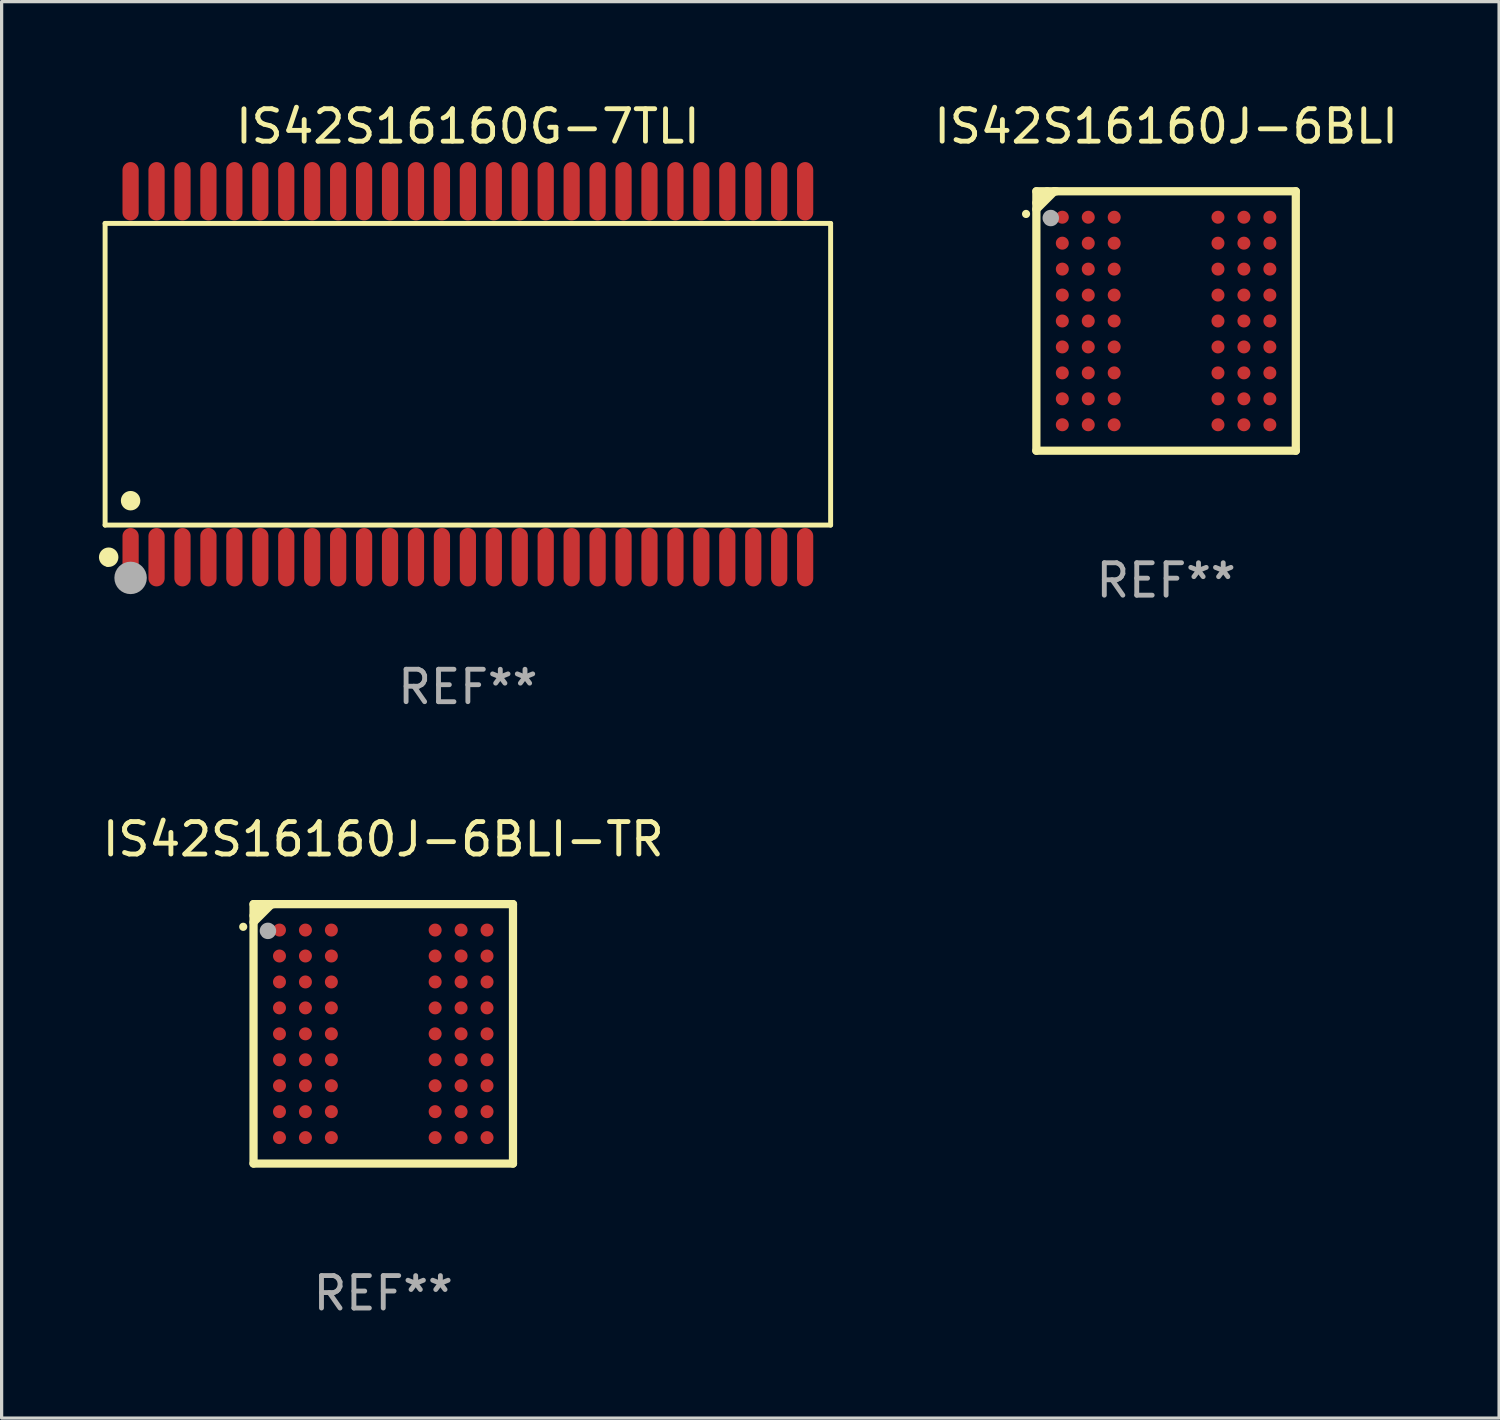
<source format=kicad_pcb>
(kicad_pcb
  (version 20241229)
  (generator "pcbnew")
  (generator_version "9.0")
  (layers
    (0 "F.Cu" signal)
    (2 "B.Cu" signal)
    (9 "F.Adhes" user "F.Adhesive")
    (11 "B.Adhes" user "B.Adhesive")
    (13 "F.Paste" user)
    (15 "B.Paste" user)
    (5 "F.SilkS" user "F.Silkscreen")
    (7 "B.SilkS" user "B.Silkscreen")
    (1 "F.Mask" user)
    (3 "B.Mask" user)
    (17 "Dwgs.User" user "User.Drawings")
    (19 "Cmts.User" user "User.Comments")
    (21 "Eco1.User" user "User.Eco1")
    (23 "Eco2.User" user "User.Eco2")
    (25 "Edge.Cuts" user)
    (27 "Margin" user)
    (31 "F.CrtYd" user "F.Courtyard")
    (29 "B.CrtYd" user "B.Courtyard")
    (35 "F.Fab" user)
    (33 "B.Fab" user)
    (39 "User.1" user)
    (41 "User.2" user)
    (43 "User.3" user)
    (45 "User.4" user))
  (footprint "IS42S16160G-7TLI"
    (layer "F.Cu")
    (at 11.377 8.49)
    (property "Reference" "IS42S16160G-7TLI" (at 0 -7.642 0) (layer "F.SilkS") (effects (font (size 1 1) (thickness 0.15))))
    (attr through_hole)
    (fp_line (start -11.186 -4.651) (end 11.186 -4.651) (stroke (width 0.152) (type solid)) (layer "F.SilkS"))
    (fp_line (start -11.186 4.651) (end -11.186 -4.651) (stroke (width 0.152) (type solid)) (layer "F.SilkS"))
    (fp_line (start 11.186 -4.651) (end 11.186 4.651) (stroke (width 0.152) (type solid)) (layer "F.SilkS"))
    (fp_line (start 11.186 4.651) (end -11.186 4.651) (stroke (width 0.152) (type solid)) (layer "F.SilkS"))
    (fp_circle (center -11.11 5.88) (end -11.08 5.88) (stroke (width 0.06) (type solid)) (fill no) (layer "F.SilkS"))
    (fp_circle (center -11.076 5.642) (end -10.926 5.642) (stroke (width 0.3) (type solid)) (fill no) (layer "F.SilkS"))
    (fp_circle (center -10.4 3.899) (end -10.25 3.899) (stroke (width 0.3) (type solid)) (fill no) (layer "F.SilkS"))
    (fp_circle (center -10.4 6.28) (end -10.15 6.28) (stroke (width 0.5) (type solid)) (fill no) (layer "F.Fab"))
    (fp_text user "REF**" (at 0 9.642 0) (layer "F.Fab") (effects (font (size 1 1) (thickness 0.15))))
    (pad "1" smd oval (at -10.4 5.642) (size 0.5 1.8) (layers "F.Cu" "F.Mask" "F.Paste"))
    (pad "2" smd oval (at -9.6 5.642) (size 0.5 1.8) (layers "F.Cu" "F.Mask" "F.Paste"))
    (pad "3" smd oval (at -8.8 5.642) (size 0.5 1.8) (layers "F.Cu" "F.Mask" "F.Paste"))
    (pad "4" smd oval (at -8 5.642) (size 0.5 1.8) (layers "F.Cu" "F.Mask" "F.Paste"))
    (pad "5" smd oval (at -7.2 5.642) (size 0.5 1.8) (layers "F.Cu" "F.Mask" "F.Paste"))
    (pad "6" smd oval (at -6.4 5.642) (size 0.5 1.8) (layers "F.Cu" "F.Mask" "F.Paste"))
    (pad "7" smd oval (at -5.6 5.642) (size 0.5 1.8) (layers "F.Cu" "F.Mask" "F.Paste"))
    (pad "8" smd oval (at -4.8 5.642) (size 0.5 1.8) (layers "F.Cu" "F.Mask" "F.Paste"))
    (pad "9" smd oval (at -4 5.642) (size 0.5 1.8) (layers "F.Cu" "F.Mask" "F.Paste"))
    (pad "10" smd oval (at -3.2 5.642) (size 0.5 1.8) (layers "F.Cu" "F.Mask" "F.Paste"))
    (pad "11" smd oval (at -2.4 5.642) (size 0.5 1.8) (layers "F.Cu" "F.Mask" "F.Paste"))
    (pad "12" smd oval (at -1.6 5.642) (size 0.5 1.8) (layers "F.Cu" "F.Mask" "F.Paste"))
    (pad "13" smd oval (at -0.8 5.642) (size 0.5 1.8) (layers "F.Cu" "F.Mask" "F.Paste"))
    (pad "14" smd oval (at 0 5.642) (size 0.5 1.8) (layers "F.Cu" "F.Mask" "F.Paste"))
    (pad "15" smd oval (at 0.8 5.642) (size 0.5 1.8) (layers "F.Cu" "F.Mask" "F.Paste"))
    (pad "16" smd oval (at 1.6 5.642) (size 0.5 1.8) (layers "F.Cu" "F.Mask" "F.Paste"))
    (pad "17" smd oval (at 2.4 5.642) (size 0.5 1.8) (layers "F.Cu" "F.Mask" "F.Paste"))
    (pad "18" smd oval (at 3.2 5.642) (size 0.5 1.8) (layers "F.Cu" "F.Mask" "F.Paste"))
    (pad "19" smd oval (at 4 5.642) (size 0.5 1.8) (layers "F.Cu" "F.Mask" "F.Paste"))
    (pad "20" smd oval (at 4.8 5.642) (size 0.5 1.8) (layers "F.Cu" "F.Mask" "F.Paste"))
    (pad "21" smd oval (at 5.6 5.642) (size 0.5 1.8) (layers "F.Cu" "F.Mask" "F.Paste"))
    (pad "22" smd oval (at 6.4 5.642) (size 0.5 1.8) (layers "F.Cu" "F.Mask" "F.Paste"))
    (pad "23" smd oval (at 7.2 5.642) (size 0.5 1.8) (layers "F.Cu" "F.Mask" "F.Paste"))
    (pad "24" smd oval (at 8 5.642) (size 0.5 1.8) (layers "F.Cu" "F.Mask" "F.Paste"))
    (pad "25" smd oval (at 8.8 5.642) (size 0.5 1.8) (layers "F.Cu" "F.Mask" "F.Paste"))
    (pad "26" smd oval (at 9.6 5.642) (size 0.5 1.8) (layers "F.Cu" "F.Mask" "F.Paste"))
    (pad "27" smd oval (at 10.4 5.642) (size 0.5 1.8) (layers "F.Cu" "F.Mask" "F.Paste"))
    (pad "28" smd oval (at 10.4 -5.642) (size 0.5 1.8) (layers "F.Cu" "F.Mask" "F.Paste"))
    (pad "29" smd oval (at 9.6 -5.642) (size 0.5 1.8) (layers "F.Cu" "F.Mask" "F.Paste"))
    (pad "30" smd oval (at 8.8 -5.642) (size 0.5 1.8) (layers "F.Cu" "F.Mask" "F.Paste"))
    (pad "31" smd oval (at 8 -5.642) (size 0.5 1.8) (layers "F.Cu" "F.Mask" "F.Paste"))
    (pad "32" smd oval (at 7.2 -5.642) (size 0.5 1.8) (layers "F.Cu" "F.Mask" "F.Paste"))
    (pad "33" smd oval (at 6.4 -5.642) (size 0.5 1.8) (layers "F.Cu" "F.Mask" "F.Paste"))
    (pad "34" smd oval (at 5.6 -5.642) (size 0.5 1.8) (layers "F.Cu" "F.Mask" "F.Paste"))
    (pad "35" smd oval (at 4.8 -5.642) (size 0.5 1.8) (layers "F.Cu" "F.Mask" "F.Paste"))
    (pad "36" smd oval (at 4 -5.642) (size 0.5 1.8) (layers "F.Cu" "F.Mask" "F.Paste"))
    (pad "37" smd oval (at 3.2 -5.642) (size 0.5 1.8) (layers "F.Cu" "F.Mask" "F.Paste"))
    (pad "38" smd oval (at 2.4 -5.642) (size 0.5 1.8) (layers "F.Cu" "F.Mask" "F.Paste"))
    (pad "39" smd oval (at 1.6 -5.642) (size 0.5 1.8) (layers "F.Cu" "F.Mask" "F.Paste"))
    (pad "40" smd oval (at 0.8 -5.642) (size 0.5 1.8) (layers "F.Cu" "F.Mask" "F.Paste"))
    (pad "41" smd oval (at 0 -5.642) (size 0.5 1.8) (layers "F.Cu" "F.Mask" "F.Paste"))
    (pad "42" smd oval (at -0.8 -5.642) (size 0.5 1.8) (layers "F.Cu" "F.Mask" "F.Paste"))
    (pad "43" smd oval (at -1.6 -5.642) (size 0.5 1.8) (layers "F.Cu" "F.Mask" "F.Paste"))
    (pad "44" smd oval (at -2.4 -5.642) (size 0.5 1.8) (layers "F.Cu" "F.Mask" "F.Paste"))
    (pad "45" smd oval (at -3.2 -5.642) (size 0.5 1.8) (layers "F.Cu" "F.Mask" "F.Paste"))
    (pad "46" smd oval (at -4 -5.642) (size 0.5 1.8) (layers "F.Cu" "F.Mask" "F.Paste"))
    (pad "47" smd oval (at -4.8 -5.642) (size 0.5 1.8) (layers "F.Cu" "F.Mask" "F.Paste"))
    (pad "48" smd oval (at -5.6 -5.642) (size 0.5 1.8) (layers "F.Cu" "F.Mask" "F.Paste"))
    (pad "49" smd oval (at -6.4 -5.642) (size 0.5 1.8) (layers "F.Cu" "F.Mask" "F.Paste"))
    (pad "50" smd oval (at -7.2 -5.642) (size 0.5 1.8) (layers "F.Cu" "F.Mask" "F.Paste"))
    (pad "51" smd oval (at -8 -5.642) (size 0.5 1.8) (layers "F.Cu" "F.Mask" "F.Paste"))
    (pad "52" smd oval (at -8.8 -5.642) (size 0.5 1.8) (layers "F.Cu" "F.Mask" "F.Paste"))
    (pad "53" smd oval (at -9.6 -5.642) (size 0.5 1.8) (layers "F.Cu" "F.Mask" "F.Paste"))
    (pad "54" smd oval (at -10.4 -5.642) (size 0.5 1.8) (layers "F.Cu" "F.Mask" "F.Paste")))
  (footprint "IS42S16160J-6BLI"
    (layer "F.Cu")
    (at 32.907 6.848)
    (property "Reference" "IS42S16160J-6BLI" (at 0 -6 0) (layer "F.SilkS") (effects (font (size 1 1) (thickness 0.15))))
    (attr through_hole)
    (fp_line (start -4 -4) (end 4 -4) (stroke (width 0.254) (type solid)) (layer "F.SilkS"))
    (fp_line (start -4 4) (end -4 -4) (stroke (width 0.254) (type solid)) (layer "F.SilkS"))
    (fp_line (start -3.67 -4) (end -3.67 -3.975) (stroke (width 0.254) (type solid)) (layer "F.SilkS"))
    (fp_line (start -3.67 -3.975) (end -4 -3.645) (stroke (width 0.254) (type solid)) (layer "F.SilkS"))
    (fp_line (start -3.444 -4) (end -4 -3.444) (stroke (width 0.254) (type solid)) (layer "F.SilkS"))
    (fp_line (start -3.383 -4) (end -3.444 -4) (stroke (width 0.254) (type solid)) (layer "F.SilkS"))
    (fp_line (start 4 -4) (end 4 4) (stroke (width 0.254) (type solid)) (layer "F.SilkS"))
    (fp_line (start 4 4) (end -4 4) (stroke (width 0.254) (type solid)) (layer "F.SilkS"))
    (fp_arc (start -4.318009 -3.299467) (mid -4.318015 -3.300737) (end -4.318009 -3.302007) (stroke (width 0.25) (type solid)) (layer "F.SilkS"))
    (fp_circle (center -4 -4) (end -3.97 -4) (stroke (width 0.06) (type solid)) (fill no) (layer "F.SilkS"))
    (fp_circle (center -3.556 -3.175) (end -3.429 -3.175) (stroke (width 0.254) (type solid)) (fill no) (layer "F.Fab"))
    (fp_text user "REF**" (at 0 8 0) (layer "F.Fab") (effects (font (size 1 1) (thickness 0.15))))
    (pad "A1" smd circle (at -3.2 -3.2) (size 0.4 0.4) (layers "F.Cu" "F.Mask" "F.Paste"))
    (pad "A2" smd circle (at -2.4 -3.2) (size 0.4 0.4) (layers "F.Cu" "F.Mask" "F.Paste"))
    (pad "A3" smd circle (at -1.6 -3.2) (size 0.4 0.4) (layers "F.Cu" "F.Mask" "F.Paste"))
    (pad "A7" smd circle (at 1.6 -3.2) (size 0.4 0.4) (layers "F.Cu" "F.Mask" "F.Paste"))
    (pad "A8" smd circle (at 2.4 -3.2) (size 0.4 0.4) (layers "F.Cu" "F.Mask" "F.Paste"))
    (pad "A9" smd circle (at 3.2 -3.2) (size 0.4 0.4) (layers "F.Cu" "F.Mask" "F.Paste"))
    (pad "B1" smd circle (at -3.2 -2.4) (size 0.4 0.4) (layers "F.Cu" "F.Mask" "F.Paste"))
    (pad "B2" smd circle (at -2.4 -2.4) (size 0.4 0.4) (layers "F.Cu" "F.Mask" "F.Paste"))
    (pad "B3" smd circle (at -1.6 -2.4) (size 0.4 0.4) (layers "F.Cu" "F.Mask" "F.Paste"))
    (pad "B7" smd circle (at 1.6 -2.4) (size 0.4 0.4) (layers "F.Cu" "F.Mask" "F.Paste"))
    (pad "B8" smd circle (at 2.4 -2.4) (size 0.4 0.4) (layers "F.Cu" "F.Mask" "F.Paste"))
    (pad "B9" smd circle (at 3.2 -2.4) (size 0.4 0.4) (layers "F.Cu" "F.Mask" "F.Paste"))
    (pad "C1" smd circle (at -3.2 -1.6) (size 0.4 0.4) (layers "F.Cu" "F.Mask" "F.Paste"))
    (pad "C2" smd circle (at -2.4 -1.6) (size 0.4 0.4) (layers "F.Cu" "F.Mask" "F.Paste"))
    (pad "C3" smd circle (at -1.6 -1.6) (size 0.4 0.4) (layers "F.Cu" "F.Mask" "F.Paste"))
    (pad "C7" smd circle (at 1.6 -1.6) (size 0.4 0.4) (layers "F.Cu" "F.Mask" "F.Paste"))
    (pad "C8" smd circle (at 2.4 -1.6) (size 0.4 0.4) (layers "F.Cu" "F.Mask" "F.Paste"))
    (pad "C9" smd circle (at 3.2 -1.6) (size 0.4 0.4) (layers "F.Cu" "F.Mask" "F.Paste"))
    (pad "D1" smd circle (at -3.2 -0.8) (size 0.4 0.4) (layers "F.Cu" "F.Mask" "F.Paste"))
    (pad "D2" smd circle (at -2.4 -0.8) (size 0.4 0.4) (layers "F.Cu" "F.Mask" "F.Paste"))
    (pad "D3" smd circle (at -1.6 -0.8) (size 0.4 0.4) (layers "F.Cu" "F.Mask" "F.Paste"))
    (pad "D7" smd circle (at 1.6 -0.8) (size 0.4 0.4) (layers "F.Cu" "F.Mask" "F.Paste"))
    (pad "D8" smd circle (at 2.4 -0.8) (size 0.4 0.4) (layers "F.Cu" "F.Mask" "F.Paste"))
    (pad "D9" smd circle (at 3.2 -0.8) (size 0.4 0.4) (layers "F.Cu" "F.Mask" "F.Paste"))
    (pad "E1" smd circle (at -3.2 -0.000127) (size 0.4 0.4) (layers "F.Cu" "F.Mask" "F.Paste"))
    (pad "E2" smd circle (at -2.4 -0.000127) (size 0.4 0.4) (layers "F.Cu" "F.Mask" "F.Paste"))
    (pad "E3" smd circle (at -1.6 -0.000127) (size 0.4 0.4) (layers "F.Cu" "F.Mask" "F.Paste"))
    (pad "E7" smd circle (at 1.6 -0.000127) (size 0.4 0.4) (layers "F.Cu" "F.Mask" "F.Paste"))
    (pad "E8" smd circle (at 2.4 -0.000127) (size 0.4 0.4) (layers "F.Cu" "F.Mask" "F.Paste"))
    (pad "E9" smd circle (at 3.2 -0.000127) (size 0.4 0.4) (layers "F.Cu" "F.Mask" "F.Paste"))
    (pad "F1" smd circle (at -3.2 0.8) (size 0.4 0.4) (layers "F.Cu" "F.Mask" "F.Paste"))
    (pad "F2" smd circle (at -2.4 0.8) (size 0.4 0.4) (layers "F.Cu" "F.Mask" "F.Paste"))
    (pad "F3" smd circle (at -1.6 0.8) (size 0.4 0.4) (layers "F.Cu" "F.Mask" "F.Paste"))
    (pad "F7" smd circle (at 1.6 0.8) (size 0.4 0.4) (layers "F.Cu" "F.Mask" "F.Paste"))
    (pad "F8" smd circle (at 2.4 0.8) (size 0.4 0.4) (layers "F.Cu" "F.Mask" "F.Paste"))
    (pad "F9" smd circle (at 3.2 0.8) (size 0.4 0.4) (layers "F.Cu" "F.Mask" "F.Paste"))
    (pad "G1" smd circle (at -3.2 1.6) (size 0.4 0.4) (layers "F.Cu" "F.Mask" "F.Paste"))
    (pad "G2" smd circle (at -2.4 1.6) (size 0.4 0.4) (layers "F.Cu" "F.Mask" "F.Paste"))
    (pad "G3" smd circle (at -1.6 1.6) (size 0.4 0.4) (layers "F.Cu" "F.Mask" "F.Paste"))
    (pad "G7" smd circle (at 1.6 1.6) (size 0.4 0.4) (layers "F.Cu" "F.Mask" "F.Paste"))
    (pad "G8" smd circle (at 2.4 1.6) (size 0.4 0.4) (layers "F.Cu" "F.Mask" "F.Paste"))
    (pad "G9" smd circle (at 3.2 1.6) (size 0.4 0.4) (layers "F.Cu" "F.Mask" "F.Paste"))
    (pad "H1" smd circle (at -3.2 2.4) (size 0.4 0.4) (layers "F.Cu" "F.Mask" "F.Paste"))
    (pad "H2" smd circle (at -2.4 2.4) (size 0.4 0.4) (layers "F.Cu" "F.Mask" "F.Paste"))
    (pad "H3" smd circle (at -1.6 2.4) (size 0.4 0.4) (layers "F.Cu" "F.Mask" "F.Paste"))
    (pad "H7" smd circle (at 1.6 2.4) (size 0.4 0.4) (layers "F.Cu" "F.Mask" "F.Paste"))
    (pad "H8" smd circle (at 2.4 2.4) (size 0.4 0.4) (layers "F.Cu" "F.Mask" "F.Paste"))
    (pad "H9" smd circle (at 3.2 2.4) (size 0.4 0.4) (layers "F.Cu" "F.Mask" "F.Paste"))
    (pad "J1" smd circle (at -3.2 3.2) (size 0.4 0.4) (layers "F.Cu" "F.Mask" "F.Paste"))
    (pad "J2" smd circle (at -2.4 3.2) (size 0.4 0.4) (layers "F.Cu" "F.Mask" "F.Paste"))
    (pad "J3" smd circle (at -1.6 3.2) (size 0.4 0.4) (layers "F.Cu" "F.Mask" "F.Paste"))
    (pad "J7" smd circle (at 1.6 3.2) (size 0.4 0.4) (layers "F.Cu" "F.Mask" "F.Paste"))
    (pad "J8" smd circle (at 2.4 3.2) (size 0.4 0.4) (layers "F.Cu" "F.Mask" "F.Paste"))
    (pad "J9" smd circle (at 3.2 3.2) (size 0.4 0.4) (layers "F.Cu" "F.Mask" "F.Paste")))
  (footprint "IS42S16160J-6BLI-TR"
    (layer "F.Cu")
    (at 8.768 28.829)
    (property "Reference" "IS42S16160J-6BLI-TR" (at 0 -6 0) (layer "F.SilkS") (effects (font (size 1 1) (thickness 0.15))))
    (attr through_hole)
    (fp_line (start -4 -4) (end 4 -4) (stroke (width 0.254) (type solid)) (layer "F.SilkS"))
    (fp_line (start -4 4) (end -4 -4) (stroke (width 0.254) (type solid)) (layer "F.SilkS"))
    (fp_line (start -3.67 -4) (end -3.67 -3.975) (stroke (width 0.254) (type solid)) (layer "F.SilkS"))
    (fp_line (start -3.67 -3.975) (end -4 -3.645) (stroke (width 0.254) (type solid)) (layer "F.SilkS"))
    (fp_line (start -3.444 -4) (end -4 -3.444) (stroke (width 0.254) (type solid)) (layer "F.SilkS"))
    (fp_line (start -3.383 -4) (end -3.444 -4) (stroke (width 0.254) (type solid)) (layer "F.SilkS"))
    (fp_line (start 4 -4) (end 4 4) (stroke (width 0.254) (type solid)) (layer "F.SilkS"))
    (fp_line (start 4 4) (end -4 4) (stroke (width 0.254) (type solid)) (layer "F.SilkS"))
    (fp_arc (start -4.318009 -3.299467) (mid -4.318015 -3.300737) (end -4.318009 -3.302007) (stroke (width 0.25) (type solid)) (layer "F.SilkS"))
    (fp_circle (center -4 -4) (end -3.97 -4) (stroke (width 0.06) (type solid)) (fill no) (layer "F.SilkS"))
    (fp_circle (center -3.556 -3.175) (end -3.429 -3.175) (stroke (width 0.254) (type solid)) (fill no) (layer "F.Fab"))
    (fp_text user "REF**" (at 0 8 0) (layer "F.Fab") (effects (font (size 1 1) (thickness 0.15))))
    (pad "A1" smd circle (at -3.2 -3.2) (size 0.4 0.4) (layers "F.Cu" "F.Mask" "F.Paste"))
    (pad "A2" smd circle (at -2.4 -3.2) (size 0.4 0.4) (layers "F.Cu" "F.Mask" "F.Paste"))
    (pad "A3" smd circle (at -1.6 -3.2) (size 0.4 0.4) (layers "F.Cu" "F.Mask" "F.Paste"))
    (pad "A7" smd circle (at 1.6 -3.2) (size 0.4 0.4) (layers "F.Cu" "F.Mask" "F.Paste"))
    (pad "A8" smd circle (at 2.4 -3.2) (size 0.4 0.4) (layers "F.Cu" "F.Mask" "F.Paste"))
    (pad "A9" smd circle (at 3.2 -3.2) (size 0.4 0.4) (layers "F.Cu" "F.Mask" "F.Paste"))
    (pad "B1" smd circle (at -3.2 -2.4) (size 0.4 0.4) (layers "F.Cu" "F.Mask" "F.Paste"))
    (pad "B2" smd circle (at -2.4 -2.4) (size 0.4 0.4) (layers "F.Cu" "F.Mask" "F.Paste"))
    (pad "B3" smd circle (at -1.6 -2.4) (size 0.4 0.4) (layers "F.Cu" "F.Mask" "F.Paste"))
    (pad "B7" smd circle (at 1.6 -2.4) (size 0.4 0.4) (layers "F.Cu" "F.Mask" "F.Paste"))
    (pad "B8" smd circle (at 2.4 -2.4) (size 0.4 0.4) (layers "F.Cu" "F.Mask" "F.Paste"))
    (pad "B9" smd circle (at 3.2 -2.4) (size 0.4 0.4) (layers "F.Cu" "F.Mask" "F.Paste"))
    (pad "C1" smd circle (at -3.2 -1.6) (size 0.4 0.4) (layers "F.Cu" "F.Mask" "F.Paste"))
    (pad "C2" smd circle (at -2.4 -1.6) (size 0.4 0.4) (layers "F.Cu" "F.Mask" "F.Paste"))
    (pad "C3" smd circle (at -1.6 -1.6) (size 0.4 0.4) (layers "F.Cu" "F.Mask" "F.Paste"))
    (pad "C7" smd circle (at 1.6 -1.6) (size 0.4 0.4) (layers "F.Cu" "F.Mask" "F.Paste"))
    (pad "C8" smd circle (at 2.4 -1.6) (size 0.4 0.4) (layers "F.Cu" "F.Mask" "F.Paste"))
    (pad "C9" smd circle (at 3.2 -1.6) (size 0.4 0.4) (layers "F.Cu" "F.Mask" "F.Paste"))
    (pad "D1" smd circle (at -3.2 -0.8) (size 0.4 0.4) (layers "F.Cu" "F.Mask" "F.Paste"))
    (pad "D2" smd circle (at -2.4 -0.8) (size 0.4 0.4) (layers "F.Cu" "F.Mask" "F.Paste"))
    (pad "D3" smd circle (at -1.6 -0.8) (size 0.4 0.4) (layers "F.Cu" "F.Mask" "F.Paste"))
    (pad "D7" smd circle (at 1.6 -0.8) (size 0.4 0.4) (layers "F.Cu" "F.Mask" "F.Paste"))
    (pad "D8" smd circle (at 2.4 -0.8) (size 0.4 0.4) (layers "F.Cu" "F.Mask" "F.Paste"))
    (pad "D9" smd circle (at 3.2 -0.8) (size 0.4 0.4) (layers "F.Cu" "F.Mask" "F.Paste"))
    (pad "E1" smd circle (at -3.2 -0.000127) (size 0.4 0.4) (layers "F.Cu" "F.Mask" "F.Paste"))
    (pad "E2" smd circle (at -2.4 -0.000127) (size 0.4 0.4) (layers "F.Cu" "F.Mask" "F.Paste"))
    (pad "E3" smd circle (at -1.6 -0.000127) (size 0.4 0.4) (layers "F.Cu" "F.Mask" "F.Paste"))
    (pad "E7" smd circle (at 1.6 -0.000127) (size 0.4 0.4) (layers "F.Cu" "F.Mask" "F.Paste"))
    (pad "E8" smd circle (at 2.4 -0.000127) (size 0.4 0.4) (layers "F.Cu" "F.Mask" "F.Paste"))
    (pad "E9" smd circle (at 3.2 -0.000127) (size 0.4 0.4) (layers "F.Cu" "F.Mask" "F.Paste"))
    (pad "F1" smd circle (at -3.2 0.8) (size 0.4 0.4) (layers "F.Cu" "F.Mask" "F.Paste"))
    (pad "F2" smd circle (at -2.4 0.8) (size 0.4 0.4) (layers "F.Cu" "F.Mask" "F.Paste"))
    (pad "F3" smd circle (at -1.6 0.8) (size 0.4 0.4) (layers "F.Cu" "F.Mask" "F.Paste"))
    (pad "F7" smd circle (at 1.6 0.8) (size 0.4 0.4) (layers "F.Cu" "F.Mask" "F.Paste"))
    (pad "F8" smd circle (at 2.4 0.8) (size 0.4 0.4) (layers "F.Cu" "F.Mask" "F.Paste"))
    (pad "F9" smd circle (at 3.2 0.8) (size 0.4 0.4) (layers "F.Cu" "F.Mask" "F.Paste"))
    (pad "G1" smd circle (at -3.2 1.6) (size 0.4 0.4) (layers "F.Cu" "F.Mask" "F.Paste"))
    (pad "G2" smd circle (at -2.4 1.6) (size 0.4 0.4) (layers "F.Cu" "F.Mask" "F.Paste"))
    (pad "G3" smd circle (at -1.6 1.6) (size 0.4 0.4) (layers "F.Cu" "F.Mask" "F.Paste"))
    (pad "G7" smd circle (at 1.6 1.6) (size 0.4 0.4) (layers "F.Cu" "F.Mask" "F.Paste"))
    (pad "G8" smd circle (at 2.4 1.6) (size 0.4 0.4) (layers "F.Cu" "F.Mask" "F.Paste"))
    (pad "G9" smd circle (at 3.2 1.6) (size 0.4 0.4) (layers "F.Cu" "F.Mask" "F.Paste"))
    (pad "H1" smd circle (at -3.2 2.4) (size 0.4 0.4) (layers "F.Cu" "F.Mask" "F.Paste"))
    (pad "H2" smd circle (at -2.4 2.4) (size 0.4 0.4) (layers "F.Cu" "F.Mask" "F.Paste"))
    (pad "H3" smd circle (at -1.6 2.4) (size 0.4 0.4) (layers "F.Cu" "F.Mask" "F.Paste"))
    (pad "H7" smd circle (at 1.6 2.4) (size 0.4 0.4) (layers "F.Cu" "F.Mask" "F.Paste"))
    (pad "H8" smd circle (at 2.4 2.4) (size 0.4 0.4) (layers "F.Cu" "F.Mask" "F.Paste"))
    (pad "H9" smd circle (at 3.2 2.4) (size 0.4 0.4) (layers "F.Cu" "F.Mask" "F.Paste"))
    (pad "J1" smd circle (at -3.2 3.2) (size 0.4 0.4) (layers "F.Cu" "F.Mask" "F.Paste"))
    (pad "J2" smd circle (at -2.4 3.2) (size 0.4 0.4) (layers "F.Cu" "F.Mask" "F.Paste"))
    (pad "J3" smd circle (at -1.6 3.2) (size 0.4 0.4) (layers "F.Cu" "F.Mask" "F.Paste"))
    (pad "J7" smd circle (at 1.6 3.2) (size 0.4 0.4) (layers "F.Cu" "F.Mask" "F.Paste"))
    (pad "J8" smd circle (at 2.4 3.2) (size 0.4 0.4) (layers "F.Cu" "F.Mask" "F.Paste"))
    (pad "J9" smd circle (at 3.2 3.2) (size 0.4 0.4) (layers "F.Cu" "F.Mask" "F.Paste")))
  (gr_rect
    (start -3 -3)
    (end 43.175 40.677)
    (stroke (width 0.1) (type default))
    (fill no)
    (layer "Edge.Cuts")))
</source>
